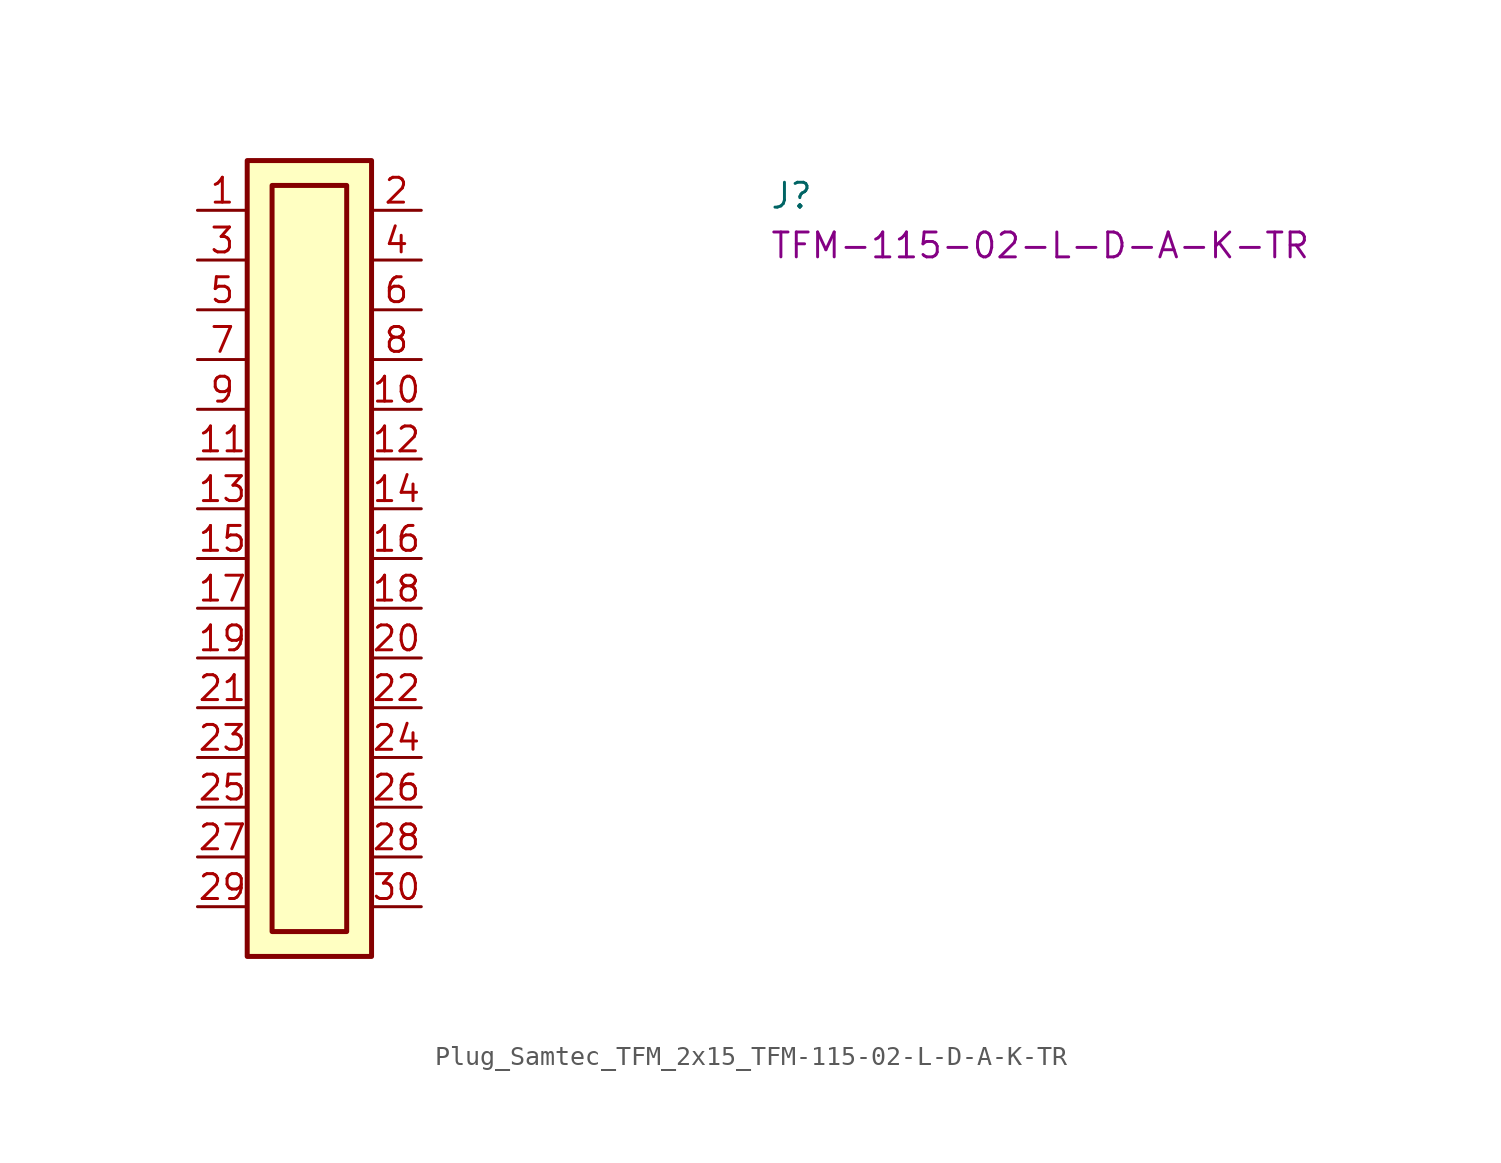
<source format=kicad_sym>
(kicad_symbol_lib
  (version 20220914)
  (generator kicad_symbol_editor)
  (symbol "Plug_Samtec_TFM_2x15_TFM-115-02-L-D-A-K-TR"
    (property "Reference" "J"
      (at 29.21 0 0)
      (effects (font (size 1.27 1.27) (thickness 0.15)) (justify left bottom)))
    (property "MPN" "TFM-115-02-L-D-A-K-TR"
      (at 29.21 -2.54 0)
      (effects (font (size 1.27 1.27) (thickness 0.15)) (justify left bottom)))
    (symbol "Plug_Samtec_TFM_2x15_TFM-115-02-L-D-A-K-TR_1_1"
      (rectangle (start 2.54 2.54) (end 8.89 -38.1) (stroke (width 0.254) (type default)) (fill (type background)))
      (rectangle (start 3.81 1.27) (end 7.62 -36.83) (stroke (width 0.254) (type default)) (fill (type background)))
      (pin passive line (at 0 0 0) (length 2.54) (name "~" (effects (font (size 1.27 1.27)))) (number "1" (effects (font (size 1.27 1.27)))))
      (pin passive line (at 11.43 -10.16 180) (length 2.54) (name "~" (effects (font (size 1.27 1.27)))) (number "10" (effects (font (size 1.27 1.27)))))
      (pin passive line (at 0 -12.7 0) (length 2.54) (name "~" (effects (font (size 1.27 1.27)))) (number "11" (effects (font (size 1.27 1.27)))))
      (pin passive line (at 11.43 -12.7 180) (length 2.54) (name "~" (effects (font (size 1.27 1.27)))) (number "12" (effects (font (size 1.27 1.27)))))
      (pin passive line (at 0 -15.24 0) (length 2.54) (name "~" (effects (font (size 1.27 1.27)))) (number "13" (effects (font (size 1.27 1.27)))))
      (pin passive line (at 11.43 -15.24 180) (length 2.54) (name "~" (effects (font (size 1.27 1.27)))) (number "14" (effects (font (size 1.27 1.27)))))
      (pin passive line (at 0 -17.78 0) (length 2.54) (name "~" (effects (font (size 1.27 1.27)))) (number "15" (effects (font (size 1.27 1.27)))))
      (pin passive line (at 11.43 -17.78 180) (length 2.54) (name "~" (effects (font (size 1.27 1.27)))) (number "16" (effects (font (size 1.27 1.27)))))
      (pin passive line (at 0 -20.32 0) (length 2.54) (name "~" (effects (font (size 1.27 1.27)))) (number "17" (effects (font (size 1.27 1.27)))))
      (pin passive line (at 11.43 -20.32 180) (length 2.54) (name "~" (effects (font (size 1.27 1.27)))) (number "18" (effects (font (size 1.27 1.27)))))
      (pin passive line (at 0 -22.86 0) (length 2.54) (name "~" (effects (font (size 1.27 1.27)))) (number "19" (effects (font (size 1.27 1.27)))))
      (pin passive line (at 11.43 0 180) (length 2.54) (name "~" (effects (font (size 1.27 1.27)))) (number "2" (effects (font (size 1.27 1.27)))))
      (pin passive line (at 11.43 -22.86 180) (length 2.54) (name "~" (effects (font (size 1.27 1.27)))) (number "20" (effects (font (size 1.27 1.27)))))
      (pin passive line (at 0 -25.4 0) (length 2.54) (name "~" (effects (font (size 1.27 1.27)))) (number "21" (effects (font (size 1.27 1.27)))))
      (pin passive line (at 11.43 -25.4 180) (length 2.54) (name "~" (effects (font (size 1.27 1.27)))) (number "22" (effects (font (size 1.27 1.27)))))
      (pin passive line (at 0 -27.94 0) (length 2.54) (name "~" (effects (font (size 1.27 1.27)))) (number "23" (effects (font (size 1.27 1.27)))))
      (pin passive line (at 11.43 -27.94 180) (length 2.54) (name "~" (effects (font (size 1.27 1.27)))) (number "24" (effects (font (size 1.27 1.27)))))
      (pin passive line (at 0 -30.48 0) (length 2.54) (name "~" (effects (font (size 1.27 1.27)))) (number "25" (effects (font (size 1.27 1.27)))))
      (pin passive line (at 11.43 -30.48 180) (length 2.54) (name "~" (effects (font (size 1.27 1.27)))) (number "26" (effects (font (size 1.27 1.27)))))
      (pin passive line (at 0 -33.02 0) (length 2.54) (name "~" (effects (font (size 1.27 1.27)))) (number "27" (effects (font (size 1.27 1.27)))))
      (pin passive line (at 11.43 -33.02 180) (length 2.54) (name "~" (effects (font (size 1.27 1.27)))) (number "28" (effects (font (size 1.27 1.27)))))
      (pin passive line (at 0 -35.56 0) (length 2.54) (name "~" (effects (font (size 1.27 1.27)))) (number "29" (effects (font (size 1.27 1.27)))))
      (pin passive line (at 0 -2.54 0) (length 2.54) (name "~" (effects (font (size 1.27 1.27)))) (number "3" (effects (font (size 1.27 1.27)))))
      (pin passive line (at 11.43 -35.56 180) (length 2.54) (name "~" (effects (font (size 1.27 1.27)))) (number "30" (effects (font (size 1.27 1.27)))))
      (pin passive line (at 11.43 -2.54 180) (length 2.54) (name "~" (effects (font (size 1.27 1.27)))) (number "4" (effects (font (size 1.27 1.27)))))
      (pin passive line (at 0 -5.08 0) (length 2.54) (name "~" (effects (font (size 1.27 1.27)))) (number "5" (effects (font (size 1.27 1.27)))))
      (pin passive line (at 11.43 -5.08 180) (length 2.54) (name "~" (effects (font (size 1.27 1.27)))) (number "6" (effects (font (size 1.27 1.27)))))
      (pin passive line (at 0 -7.62 0) (length 2.54) (name "~" (effects (font (size 1.27 1.27)))) (number "7" (effects (font (size 1.27 1.27)))))
      (pin passive line (at 11.43 -7.62 180) (length 2.54) (name "~" (effects (font (size 1.27 1.27)))) (number "8" (effects (font (size 1.27 1.27)))))
      (pin passive line (at 0 -10.16 0) (length 2.54) (name "~" (effects (font (size 1.27 1.27)))) (number "9" (effects (font (size 1.27 1.27))))))))
</source>
